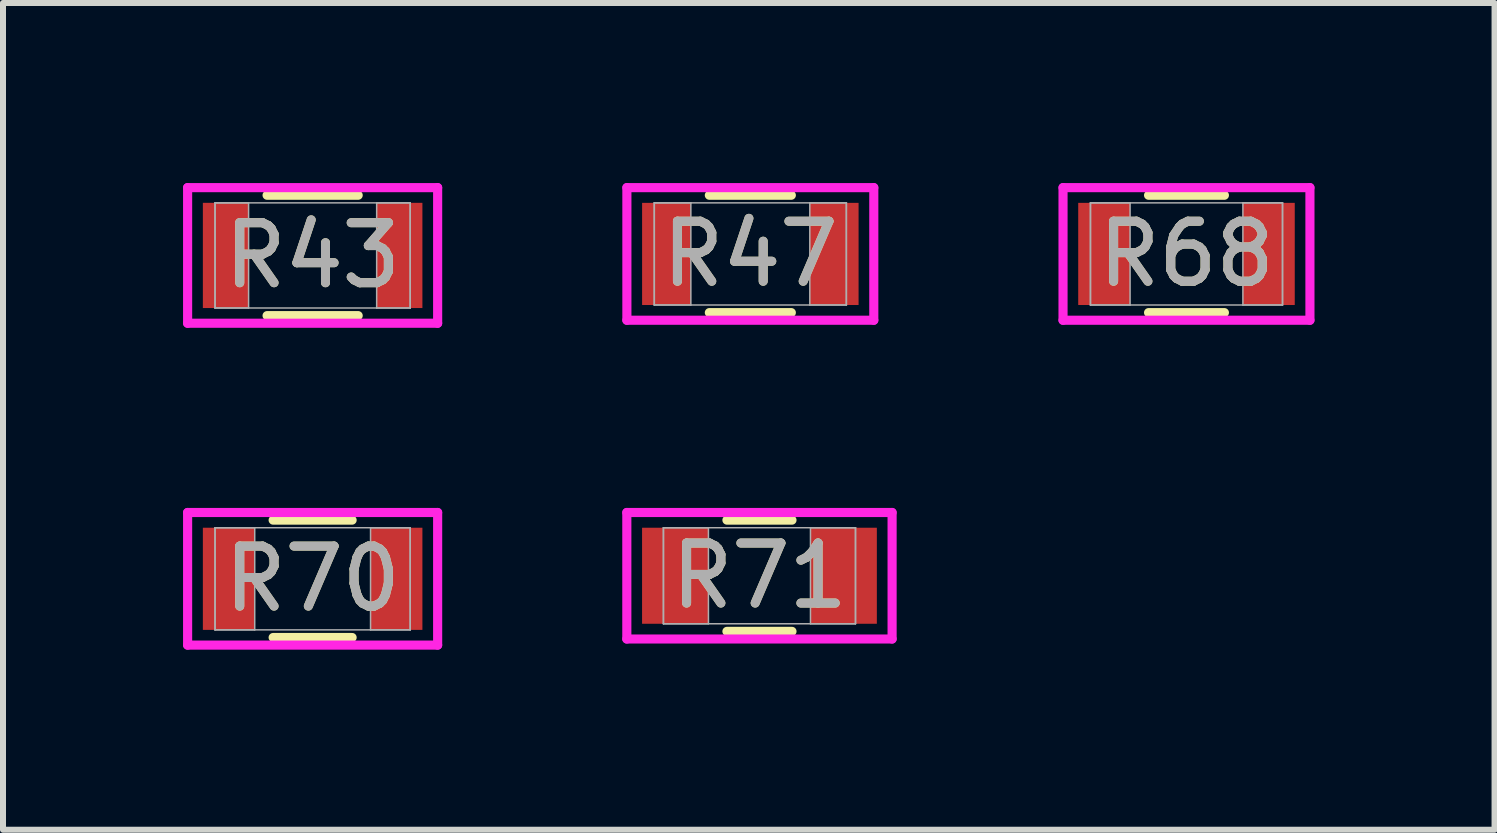
<source format=kicad_pcb>
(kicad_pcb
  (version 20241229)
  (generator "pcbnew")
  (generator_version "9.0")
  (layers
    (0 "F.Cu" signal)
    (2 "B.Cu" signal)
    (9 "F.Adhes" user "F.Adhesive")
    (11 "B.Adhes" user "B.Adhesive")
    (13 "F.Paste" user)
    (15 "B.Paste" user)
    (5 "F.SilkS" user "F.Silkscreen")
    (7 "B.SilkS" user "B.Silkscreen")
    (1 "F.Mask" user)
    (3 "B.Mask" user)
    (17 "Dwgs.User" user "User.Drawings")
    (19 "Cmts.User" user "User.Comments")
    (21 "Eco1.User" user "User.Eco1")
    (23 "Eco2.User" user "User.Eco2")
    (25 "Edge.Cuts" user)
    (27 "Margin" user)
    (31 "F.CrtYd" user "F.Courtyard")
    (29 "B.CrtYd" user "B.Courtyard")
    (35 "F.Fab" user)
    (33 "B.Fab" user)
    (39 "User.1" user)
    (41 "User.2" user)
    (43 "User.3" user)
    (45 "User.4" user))
  (footprint "R47"
    (layer "F.Cu")
    (at 9.452 1.181)
    (property "Reference" "R47" (at 0 0 0) (unlocked yes) (layer "F.SilkS") (effects (font (size 1 1) (thickness 0.15))))
    (attr smd)
    (fp_line (start -0.683 0.978) (end 0.683 0.978) (stroke (width 0.152) (type solid)) (layer "F.SilkS"))
    (fp_line (start 0.683 -0.978) (end -0.683 -0.978) (stroke (width 0.152) (type solid)) (layer "F.SilkS"))
    (fp_line (start -2.057 -1.105) (end 2.057 -1.105) (stroke (width 0.152) (type solid)) (layer "F.CrtYd"))
    (fp_line (start -2.057 1.105) (end -2.057 -1.105) (stroke (width 0.152) (type solid)) (layer "F.CrtYd"))
    (fp_line (start 2.057 -1.105) (end 2.057 1.105) (stroke (width 0.152) (type solid)) (layer "F.CrtYd"))
    (fp_line (start 2.057 1.105) (end -2.057 1.105) (stroke (width 0.152) (type solid)) (layer "F.CrtYd"))
    (fp_line (start -1.6 -0.851) (end -1.6 0.851) (stroke (width 0.025) (type solid)) (layer "F.Fab"))
    (fp_line (start -1.6 -0.851) (end -1.6 0.851) (stroke (width 0.025) (type solid)) (layer "F.Fab"))
    (fp_line (start -1.6 0.851) (end -0.991 0.851) (stroke (width 0.025) (type solid)) (layer "F.Fab"))
    (fp_line (start -1.6 0.851) (end 1.6 0.851) (stroke (width 0.025) (type solid)) (layer "F.Fab"))
    (fp_line (start -0.991 -0.851) (end -1.6 -0.851) (stroke (width 0.025) (type solid)) (layer "F.Fab"))
    (fp_line (start -0.991 0.851) (end -0.991 -0.851) (stroke (width 0.025) (type solid)) (layer "F.Fab"))
    (fp_line (start 0.991 -0.851) (end 0.991 0.851) (stroke (width 0.025) (type solid)) (layer "F.Fab"))
    (fp_line (start 0.991 0.851) (end 1.6 0.851) (stroke (width 0.025) (type solid)) (layer "F.Fab"))
    (fp_line (start 1.6 -0.851) (end -1.6 -0.851) (stroke (width 0.025) (type solid)) (layer "F.Fab"))
    (fp_line (start 1.6 -0.851) (end 0.991 -0.851) (stroke (width 0.025) (type solid)) (layer "F.Fab"))
    (fp_line (start 1.6 0.851) (end 1.6 -0.851) (stroke (width 0.025) (type solid)) (layer "F.Fab"))
    (fp_line (start 1.6 0.851) (end 1.6 -0.851) (stroke (width 0.025) (type solid)) (layer "F.Fab"))
    (fp_text user "${REFERENCE}" (at 0 0 0) (unlocked yes) (layer "F.Fab") (effects (font (size 1 1) (thickness 0.15))))
    (pad "1" smd rect (at -1.397 0) (size 0.813 1.702) (layers "F.Cu" "F.Mask" "F.Paste"))
    (pad "2" smd rect (at 1.397 0) (size 0.813 1.702) (layers "F.Cu" "F.Mask" "F.Paste"))
    (zone (net_name "") (layer "F.Cu") (hatch full 0.508) (connect_pads) (min_thickness 0.254) (filled_areas_thickness no) (keepout (tracks not_allowed) (vias not_allowed) (pads allowed) (copperpour not_allowed) (footprints allowed)) (placement (enabled no)) (fill) (polygon (pts (xy 8.512 0.381) (xy 10.391 0.381) (xy 10.391 1.981) (xy 8.512 1.981)))))
  (footprint "R43"
    (layer "F.Cu")
    (at 2.159 1.206)
    (property "Reference" "R43" (at 0 0 0) (unlocked yes) (layer "F.SilkS") (effects (font (size 1 1) (thickness 0.15))))
    (attr smd)
    (fp_line (start -0.759 1.003) (end 0.759 1.003) (stroke (width 0.152) (type solid)) (layer "F.SilkS"))
    (fp_line (start 0.759 -1.003) (end -0.759 -1.003) (stroke (width 0.152) (type solid)) (layer "F.SilkS"))
    (fp_line (start -2.083 -1.13) (end 2.083 -1.13) (stroke (width 0.152) (type solid)) (layer "F.CrtYd"))
    (fp_line (start -2.083 1.13) (end -2.083 -1.13) (stroke (width 0.152) (type solid)) (layer "F.CrtYd"))
    (fp_line (start 2.083 -1.13) (end 2.083 1.13) (stroke (width 0.152) (type solid)) (layer "F.CrtYd"))
    (fp_line (start 2.083 1.13) (end -2.083 1.13) (stroke (width 0.152) (type solid)) (layer "F.CrtYd"))
    (fp_line (start -1.626 -0.876) (end -1.626 0.876) (stroke (width 0.025) (type solid)) (layer "F.Fab"))
    (fp_line (start -1.626 -0.876) (end -1.626 0.876) (stroke (width 0.025) (type solid)) (layer "F.Fab"))
    (fp_line (start -1.626 0.876) (end -1.067 0.876) (stroke (width 0.025) (type solid)) (layer "F.Fab"))
    (fp_line (start -1.626 0.876) (end 1.626 0.876) (stroke (width 0.025) (type solid)) (layer "F.Fab"))
    (fp_line (start -1.067 -0.876) (end -1.626 -0.876) (stroke (width 0.025) (type solid)) (layer "F.Fab"))
    (fp_line (start -1.067 0.876) (end -1.067 -0.876) (stroke (width 0.025) (type solid)) (layer "F.Fab"))
    (fp_line (start 1.067 -0.876) (end 1.067 0.876) (stroke (width 0.025) (type solid)) (layer "F.Fab"))
    (fp_line (start 1.067 0.876) (end 1.626 0.876) (stroke (width 0.025) (type solid)) (layer "F.Fab"))
    (fp_line (start 1.626 -0.876) (end -1.626 -0.876) (stroke (width 0.025) (type solid)) (layer "F.Fab"))
    (fp_line (start 1.626 -0.876) (end 1.067 -0.876) (stroke (width 0.025) (type solid)) (layer "F.Fab"))
    (fp_line (start 1.626 0.876) (end 1.626 -0.876) (stroke (width 0.025) (type solid)) (layer "F.Fab"))
    (fp_line (start 1.626 0.876) (end 1.626 -0.876) (stroke (width 0.025) (type solid)) (layer "F.Fab"))
    (fp_text user "${REFERENCE}" (at 0 0 0) (unlocked yes) (layer "F.Fab") (effects (font (size 1 1) (thickness 0.15))))
    (pad "1" smd rect (at -1.448 0) (size 0.762 1.753) (layers "F.Cu" "F.Mask" "F.Paste"))
    (pad "2" smd rect (at 1.448 0) (size 0.762 1.753) (layers "F.Cu" "F.Mask" "F.Paste"))
    (zone (net_name "") (layer "F.Cu") (hatch full 0.508) (connect_pads) (min_thickness 0.254) (filled_areas_thickness no) (keepout (tracks not_allowed) (vias not_allowed) (pads allowed) (copperpour not_allowed) (footprints allowed)) (placement (enabled no)) (fill) (polygon (pts (xy 1.143 0.381) (xy 3.175 0.381) (xy 3.175 2.032) (xy 1.143 2.032)))))
  (footprint "R70"
    (layer "F.Cu")
    (at 2.159 6.594)
    (property "Reference" "R70" (at 0 0 0) (unlocked yes) (layer "F.SilkS") (effects (font (size 1 1) (thickness 0.15))))
    (attr smd)
    (fp_line (start -0.658 0.978) (end 0.658 0.978) (stroke (width 0.152) (type solid)) (layer "F.SilkS"))
    (fp_line (start 0.658 -0.978) (end -0.658 -0.978) (stroke (width 0.152) (type solid)) (layer "F.SilkS"))
    (fp_line (start -2.083 -1.105) (end 2.083 -1.105) (stroke (width 0.152) (type solid)) (layer "F.CrtYd"))
    (fp_line (start -2.083 1.105) (end -2.083 -1.105) (stroke (width 0.152) (type solid)) (layer "F.CrtYd"))
    (fp_line (start 2.083 -1.105) (end 2.083 1.105) (stroke (width 0.152) (type solid)) (layer "F.CrtYd"))
    (fp_line (start 2.083 1.105) (end -2.083 1.105) (stroke (width 0.152) (type solid)) (layer "F.CrtYd"))
    (fp_line (start -1.626 -0.851) (end -1.626 0.851) (stroke (width 0.025) (type solid)) (layer "F.Fab"))
    (fp_line (start -1.626 -0.851) (end -1.626 0.851) (stroke (width 0.025) (type solid)) (layer "F.Fab"))
    (fp_line (start -1.626 0.851) (end -0.965 0.851) (stroke (width 0.025) (type solid)) (layer "F.Fab"))
    (fp_line (start -1.626 0.851) (end 1.626 0.851) (stroke (width 0.025) (type solid)) (layer "F.Fab"))
    (fp_line (start -0.965 -0.851) (end -1.626 -0.851) (stroke (width 0.025) (type solid)) (layer "F.Fab"))
    (fp_line (start -0.965 0.851) (end -0.965 -0.851) (stroke (width 0.025) (type solid)) (layer "F.Fab"))
    (fp_line (start 0.965 -0.851) (end 0.965 0.851) (stroke (width 0.025) (type solid)) (layer "F.Fab"))
    (fp_line (start 0.965 0.851) (end 1.626 0.851) (stroke (width 0.025) (type solid)) (layer "F.Fab"))
    (fp_line (start 1.626 -0.851) (end -1.626 -0.851) (stroke (width 0.025) (type solid)) (layer "F.Fab"))
    (fp_line (start 1.626 -0.851) (end 0.965 -0.851) (stroke (width 0.025) (type solid)) (layer "F.Fab"))
    (fp_line (start 1.626 0.851) (end 1.626 -0.851) (stroke (width 0.025) (type solid)) (layer "F.Fab"))
    (fp_line (start 1.626 0.851) (end 1.626 -0.851) (stroke (width 0.025) (type solid)) (layer "F.Fab"))
    (fp_text user "${REFERENCE}" (at 0 0 0) (unlocked yes) (layer "F.Fab") (effects (font (size 1 1) (thickness 0.15))))
    (pad "1" smd rect (at -1.397 0) (size 0.864 1.702) (layers "F.Cu" "F.Mask" "F.Paste"))
    (pad "2" smd rect (at 1.397 0) (size 0.864 1.702) (layers "F.Cu" "F.Mask" "F.Paste"))
    (zone (net_name "") (layer "F.Cu") (hatch full 0.508) (connect_pads) (min_thickness 0.254) (filled_areas_thickness no) (keepout (tracks not_allowed) (vias not_allowed) (pads allowed) (copperpour not_allowed) (footprints allowed)) (placement (enabled no)) (fill) (polygon (pts (xy 1.245 5.794) (xy 3.073 5.794) (xy 3.073 7.394) (xy 1.245 7.394)))))
  (footprint "R68"
    (layer "F.Cu")
    (at 16.719 1.181)
    (property "Reference" "R68" (at 0 0 0) (unlocked yes) (layer "F.SilkS") (effects (font (size 1 1) (thickness 0.15))))
    (attr smd)
    (fp_line (start -0.632 0.978) (end 0.632 0.978) (stroke (width 0.152) (type solid)) (layer "F.SilkS"))
    (fp_line (start 0.632 -0.978) (end -0.632 -0.978) (stroke (width 0.152) (type solid)) (layer "F.SilkS"))
    (fp_line (start -2.057 -1.105) (end 2.057 -1.105) (stroke (width 0.152) (type solid)) (layer "F.CrtYd"))
    (fp_line (start -2.057 1.105) (end -2.057 -1.105) (stroke (width 0.152) (type solid)) (layer "F.CrtYd"))
    (fp_line (start 2.057 -1.105) (end 2.057 1.105) (stroke (width 0.152) (type solid)) (layer "F.CrtYd"))
    (fp_line (start 2.057 1.105) (end -2.057 1.105) (stroke (width 0.152) (type solid)) (layer "F.CrtYd"))
    (fp_line (start -1.6 -0.851) (end -1.6 0.851) (stroke (width 0.025) (type solid)) (layer "F.Fab"))
    (fp_line (start -1.6 -0.851) (end -1.6 0.851) (stroke (width 0.025) (type solid)) (layer "F.Fab"))
    (fp_line (start -1.6 0.851) (end -0.94 0.851) (stroke (width 0.025) (type solid)) (layer "F.Fab"))
    (fp_line (start -1.6 0.851) (end 1.6 0.851) (stroke (width 0.025) (type solid)) (layer "F.Fab"))
    (fp_line (start -0.94 -0.851) (end -1.6 -0.851) (stroke (width 0.025) (type solid)) (layer "F.Fab"))
    (fp_line (start -0.94 0.851) (end -0.94 -0.851) (stroke (width 0.025) (type solid)) (layer "F.Fab"))
    (fp_line (start 0.94 -0.851) (end 0.94 0.851) (stroke (width 0.025) (type solid)) (layer "F.Fab"))
    (fp_line (start 0.94 0.851) (end 1.6 0.851) (stroke (width 0.025) (type solid)) (layer "F.Fab"))
    (fp_line (start 1.6 -0.851) (end -1.6 -0.851) (stroke (width 0.025) (type solid)) (layer "F.Fab"))
    (fp_line (start 1.6 -0.851) (end 0.94 -0.851) (stroke (width 0.025) (type solid)) (layer "F.Fab"))
    (fp_line (start 1.6 0.851) (end 1.6 -0.851) (stroke (width 0.025) (type solid)) (layer "F.Fab"))
    (fp_line (start 1.6 0.851) (end 1.6 -0.851) (stroke (width 0.025) (type solid)) (layer "F.Fab"))
    (fp_text user "${REFERENCE}" (at 0 0 0) (unlocked yes) (layer "F.Fab") (effects (font (size 1 1) (thickness 0.15))))
    (pad "1" smd rect (at -1.372 0) (size 0.864 1.702) (layers "F.Cu" "F.Mask" "F.Paste"))
    (pad "2" smd rect (at 1.372 0) (size 0.864 1.702) (layers "F.Cu" "F.Mask" "F.Paste"))
    (zone (net_name "") (layer "F.Cu") (hatch full 0.508) (connect_pads) (min_thickness 0.254) (filled_areas_thickness no) (keepout (tracks not_allowed) (vias not_allowed) (pads allowed) (copperpour not_allowed) (footprints allowed)) (placement (enabled no)) (fill) (polygon (pts (xy 15.83 0.381) (xy 17.608 0.381) (xy 17.608 1.981) (xy 15.83 1.981)))))
  (footprint "R71"
    (layer "F.Cu")
    (at 9.604 6.543)
    (property "Reference" "R71" (at 0 0 0) (unlocked yes) (layer "F.SilkS") (effects (font (size 1 1) (thickness 0.15))))
    (attr smd)
    (fp_line (start -0.542 0.927) (end 0.542 0.927) (stroke (width 0.152) (type solid)) (layer "F.SilkS"))
    (fp_line (start 0.542 -0.927) (end -0.542 -0.927) (stroke (width 0.152) (type solid)) (layer "F.SilkS"))
    (fp_line (start -2.21 -1.054) (end 2.21 -1.054) (stroke (width 0.152) (type solid)) (layer "F.CrtYd"))
    (fp_line (start -2.21 1.054) (end -2.21 -1.054) (stroke (width 0.152) (type solid)) (layer "F.CrtYd"))
    (fp_line (start 2.21 -1.054) (end 2.21 1.054) (stroke (width 0.152) (type solid)) (layer "F.CrtYd"))
    (fp_line (start 2.21 1.054) (end -2.21 1.054) (stroke (width 0.152) (type solid)) (layer "F.CrtYd"))
    (fp_line (start -1.6 -0.8) (end -1.6 0.8) (stroke (width 0.025) (type solid)) (layer "F.Fab"))
    (fp_line (start -1.6 -0.8) (end -1.6 0.8) (stroke (width 0.025) (type solid)) (layer "F.Fab"))
    (fp_line (start -1.6 0.8) (end -0.85 0.8) (stroke (width 0.025) (type solid)) (layer "F.Fab"))
    (fp_line (start -1.6 0.8) (end 1.6 0.8) (stroke (width 0.025) (type solid)) (layer "F.Fab"))
    (fp_line (start -0.85 -0.8) (end -1.6 -0.8) (stroke (width 0.025) (type solid)) (layer "F.Fab"))
    (fp_line (start -0.85 0.8) (end -0.85 -0.8) (stroke (width 0.025) (type solid)) (layer "F.Fab"))
    (fp_line (start 0.85 -0.8) (end 0.85 0.8) (stroke (width 0.025) (type solid)) (layer "F.Fab"))
    (fp_line (start 0.85 0.8) (end 1.6 0.8) (stroke (width 0.025) (type solid)) (layer "F.Fab"))
    (fp_line (start 1.6 -0.8) (end -1.6 -0.8) (stroke (width 0.025) (type solid)) (layer "F.Fab"))
    (fp_line (start 1.6 -0.8) (end 0.85 -0.8) (stroke (width 0.025) (type solid)) (layer "F.Fab"))
    (fp_line (start 1.6 0.8) (end 1.6 -0.8) (stroke (width 0.025) (type solid)) (layer "F.Fab"))
    (fp_line (start 1.6 0.8) (end 1.6 -0.8) (stroke (width 0.025) (type solid)) (layer "F.Fab"))
    (fp_text user "${REFERENCE}" (at 0 0 0) (unlocked yes) (layer "F.Fab") (effects (font (size 1 1) (thickness 0.15))))
    (pad "1" smd rect (at -1.403 0) (size 1.106 1.6) (layers "F.Cu" "F.Mask" "F.Paste"))
    (pad "2" smd rect (at 1.403 0) (size 1.106 1.6) (layers "F.Cu" "F.Mask" "F.Paste"))
    (zone (net_name "") (layer "F.Cu") (hatch full 0.508) (connect_pads) (min_thickness 0.254) (filled_areas_thickness no) (keepout (tracks not_allowed) (vias not_allowed) (pads allowed) (copperpour not_allowed) (footprints allowed)) (placement (enabled no)) (fill) (polygon (pts (xy 8.805 5.794) (xy 10.403 5.794) (xy 10.403 7.292) (xy 8.805 7.292)))))
  (gr_rect
    (start -3 -3)
    (end 21.852 10.775)
    (stroke (width 0.1) (type default))
    (fill no)
    (layer "Edge.Cuts")))
</source>
